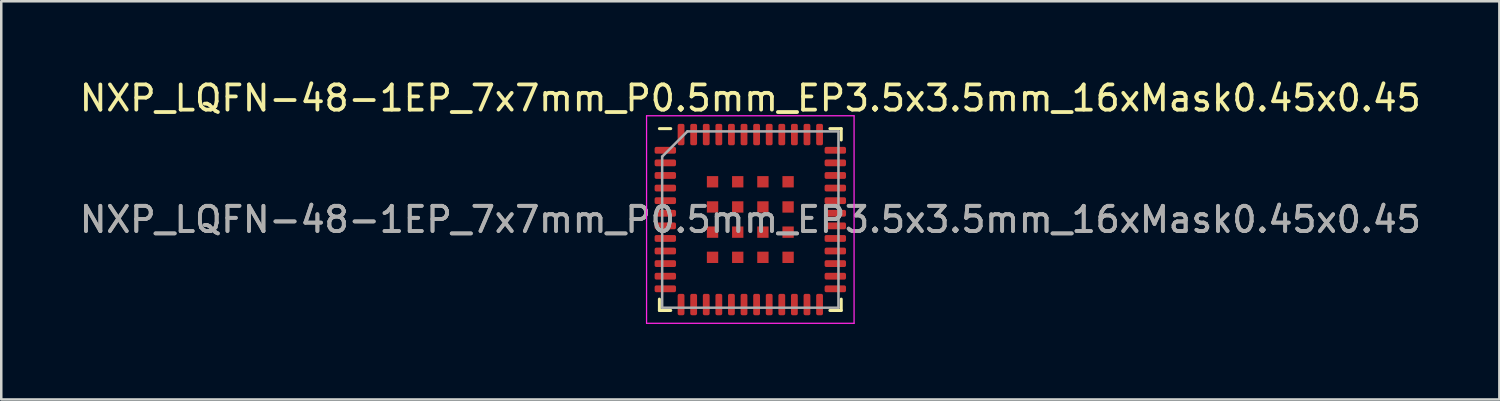
<source format=kicad_pcb>
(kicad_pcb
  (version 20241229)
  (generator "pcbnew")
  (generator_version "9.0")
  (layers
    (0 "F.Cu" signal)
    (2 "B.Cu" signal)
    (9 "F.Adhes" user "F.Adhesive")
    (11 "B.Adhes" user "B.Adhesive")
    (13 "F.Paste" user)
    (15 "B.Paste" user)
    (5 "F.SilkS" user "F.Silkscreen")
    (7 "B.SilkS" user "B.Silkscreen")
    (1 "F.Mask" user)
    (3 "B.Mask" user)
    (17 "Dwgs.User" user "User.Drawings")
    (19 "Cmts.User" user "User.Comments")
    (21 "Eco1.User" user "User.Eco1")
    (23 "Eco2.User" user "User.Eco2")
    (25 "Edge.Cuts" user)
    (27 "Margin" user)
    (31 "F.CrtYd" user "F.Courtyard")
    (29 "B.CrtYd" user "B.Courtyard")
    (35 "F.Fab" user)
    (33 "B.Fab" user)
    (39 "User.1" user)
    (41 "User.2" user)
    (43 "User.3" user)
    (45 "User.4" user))
  (footprint "NXP_LQFN-48-1EP_7x7mm_P0.5mm_EP3.5x3.5mm_16xMask0.45x0.45"
    (layer "F.Cu")
    (at 26.744 5.668)
    (property "Reference" "NXP_LQFN-48-1EP_7x7mm_P0.5mm_EP3.5x3.5mm_16xMask0.45x0.45" (at 0 -4.82 0) (layer "F.SilkS") (effects (font (size 1 1) (thickness 0.15))))
    (attr smd)
    (fp_line (start -3.61 3.61) (end -3.61 3.16) (stroke (width 0.12) (type solid)) (layer "F.SilkS"))
    (fp_line (start -3.16 -3.61) (end -3.61 -3.61) (stroke (width 0.12) (type solid)) (layer "F.SilkS"))
    (fp_line (start -3.16 3.61) (end -3.61 3.61) (stroke (width 0.12) (type solid)) (layer "F.SilkS"))
    (fp_line (start 3.16 -3.61) (end 3.61 -3.61) (stroke (width 0.12) (type solid)) (layer "F.SilkS"))
    (fp_line (start 3.16 3.61) (end 3.61 3.61) (stroke (width 0.12) (type solid)) (layer "F.SilkS"))
    (fp_line (start 3.61 -3.61) (end 3.61 -3.16) (stroke (width 0.12) (type solid)) (layer "F.SilkS"))
    (fp_line (start 3.61 3.61) (end 3.61 3.16) (stroke (width 0.12) (type solid)) (layer "F.SilkS"))
    (fp_line (start -4.12 -4.12) (end -4.12 4.12) (stroke (width 0.05) (type solid)) (layer "F.CrtYd"))
    (fp_line (start -4.12 4.12) (end 4.12 4.12) (stroke (width 0.05) (type solid)) (layer "F.CrtYd"))
    (fp_line (start 4.12 -4.12) (end -4.12 -4.12) (stroke (width 0.05) (type solid)) (layer "F.CrtYd"))
    (fp_line (start 4.12 4.12) (end 4.12 -4.12) (stroke (width 0.05) (type solid)) (layer "F.CrtYd"))
    (fp_line (start -3.5 -2.5) (end -2.5 -3.5) (stroke (width 0.1) (type solid)) (layer "F.Fab"))
    (fp_line (start -3.5 3.5) (end -3.5 -2.5) (stroke (width 0.1) (type solid)) (layer "F.Fab"))
    (fp_line (start -2.5 -3.5) (end 3.5 -3.5) (stroke (width 0.1) (type solid)) (layer "F.Fab"))
    (fp_line (start 3.5 -3.5) (end 3.5 3.5) (stroke (width 0.1) (type solid)) (layer "F.Fab"))
    (fp_line (start 3.5 3.5) (end -3.5 3.5) (stroke (width 0.1) (type solid)) (layer "F.Fab"))
    (fp_text user "${REFERENCE}" (at 0 0 0) (layer "F.Fab") (effects (font (size 1 1) (thickness 0.15))))
    (fp_text user "${REFERENCE}" (at 0 0 0) (layer "F.Fab") (effects (font (size 1 1) (thickness 0.15))))
    (pad "1" smd roundrect (at -3.375 -2.75) (size 0.85 0.27) (layers "F.Cu" "F.Mask" "F.Paste") (roundrect_rratio 0.25))
    (pad "2" smd roundrect (at -3.375 -2.25) (size 0.85 0.27) (layers "F.Cu" "F.Mask" "F.Paste") (roundrect_rratio 0.25))
    (pad "3" smd roundrect (at -3.375 -1.75) (size 0.85 0.27) (layers "F.Cu" "F.Mask" "F.Paste") (roundrect_rratio 0.25))
    (pad "4" smd roundrect (at -3.375 -1.25) (size 0.85 0.27) (layers "F.Cu" "F.Mask" "F.Paste") (roundrect_rratio 0.25))
    (pad "5" smd roundrect (at -3.375 -0.75) (size 0.85 0.27) (layers "F.Cu" "F.Mask" "F.Paste") (roundrect_rratio 0.25))
    (pad "6" smd roundrect (at -3.375 -0.25) (size 0.85 0.27) (layers "F.Cu" "F.Mask" "F.Paste") (roundrect_rratio 0.25))
    (pad "7" smd roundrect (at -3.375 0.25) (size 0.85 0.27) (layers "F.Cu" "F.Mask" "F.Paste") (roundrect_rratio 0.25))
    (pad "8" smd roundrect (at -3.375 0.75) (size 0.85 0.27) (layers "F.Cu" "F.Mask" "F.Paste") (roundrect_rratio 0.25))
    (pad "9" smd roundrect (at -3.375 1.25) (size 0.85 0.27) (layers "F.Cu" "F.Mask" "F.Paste") (roundrect_rratio 0.25))
    (pad "10" smd roundrect (at -3.375 1.75) (size 0.85 0.27) (layers "F.Cu" "F.Mask" "F.Paste") (roundrect_rratio 0.25))
    (pad "11" smd roundrect (at -3.375 2.25) (size 0.85 0.27) (layers "F.Cu" "F.Mask" "F.Paste") (roundrect_rratio 0.25))
    (pad "12" smd roundrect (at -3.375 2.75) (size 0.85 0.27) (layers "F.Cu" "F.Mask" "F.Paste") (roundrect_rratio 0.25))
    (pad "13" smd roundrect (at -2.75 3.375) (size 0.27 0.85) (layers "F.Cu" "F.Mask" "F.Paste") (roundrect_rratio 0.25))
    (pad "14" smd roundrect (at -2.25 3.375) (size 0.27 0.85) (layers "F.Cu" "F.Mask" "F.Paste") (roundrect_rratio 0.25))
    (pad "15" smd roundrect (at -1.75 3.375) (size 0.27 0.85) (layers "F.Cu" "F.Mask" "F.Paste") (roundrect_rratio 0.25))
    (pad "16" smd roundrect (at -1.25 3.375) (size 0.27 0.85) (layers "F.Cu" "F.Mask" "F.Paste") (roundrect_rratio 0.25))
    (pad "17" smd roundrect (at -0.75 3.375) (size 0.27 0.85) (layers "F.Cu" "F.Mask" "F.Paste") (roundrect_rratio 0.25))
    (pad "18" smd roundrect (at -0.25 3.375) (size 0.27 0.85) (layers "F.Cu" "F.Mask" "F.Paste") (roundrect_rratio 0.25))
    (pad "19" smd roundrect (at 0.25 3.375) (size 0.27 0.85) (layers "F.Cu" "F.Mask" "F.Paste") (roundrect_rratio 0.25))
    (pad "20" smd roundrect (at 0.75 3.375) (size 0.27 0.85) (layers "F.Cu" "F.Mask" "F.Paste") (roundrect_rratio 0.25))
    (pad "21" smd roundrect (at 1.25 3.375) (size 0.27 0.85) (layers "F.Cu" "F.Mask" "F.Paste") (roundrect_rratio 0.25))
    (pad "22" smd roundrect (at 1.75 3.375) (size 0.27 0.85) (layers "F.Cu" "F.Mask" "F.Paste") (roundrect_rratio 0.25))
    (pad "23" smd roundrect (at 2.25 3.375) (size 0.27 0.85) (layers "F.Cu" "F.Mask" "F.Paste") (roundrect_rratio 0.25))
    (pad "24" smd roundrect (at 2.75 3.375) (size 0.27 0.85) (layers "F.Cu" "F.Mask" "F.Paste") (roundrect_rratio 0.25))
    (pad "25" smd roundrect (at 3.375 2.75) (size 0.85 0.27) (layers "F.Cu" "F.Mask" "F.Paste") (roundrect_rratio 0.25))
    (pad "26" smd roundrect (at 3.375 2.25) (size 0.85 0.27) (layers "F.Cu" "F.Mask" "F.Paste") (roundrect_rratio 0.25))
    (pad "27" smd roundrect (at 3.375 1.75) (size 0.85 0.27) (layers "F.Cu" "F.Mask" "F.Paste") (roundrect_rratio 0.25))
    (pad "28" smd roundrect (at 3.375 1.25) (size 0.85 0.27) (layers "F.Cu" "F.Mask" "F.Paste") (roundrect_rratio 0.25))
    (pad "29" smd roundrect (at 3.375 0.75) (size 0.85 0.27) (layers "F.Cu" "F.Mask" "F.Paste") (roundrect_rratio 0.25))
    (pad "30" smd roundrect (at 3.375 0.25) (size 0.85 0.27) (layers "F.Cu" "F.Mask" "F.Paste") (roundrect_rratio 0.25))
    (pad "31" smd roundrect (at 3.375 -0.25) (size 0.85 0.27) (layers "F.Cu" "F.Mask" "F.Paste") (roundrect_rratio 0.25))
    (pad "32" smd roundrect (at 3.375 -0.75) (size 0.85 0.27) (layers "F.Cu" "F.Mask" "F.Paste") (roundrect_rratio 0.25))
    (pad "33" smd roundrect (at 3.375 -1.25) (size 0.85 0.27) (layers "F.Cu" "F.Mask" "F.Paste") (roundrect_rratio 0.25))
    (pad "34" smd roundrect (at 3.375 -1.75) (size 0.85 0.27) (layers "F.Cu" "F.Mask" "F.Paste") (roundrect_rratio 0.25))
    (pad "35" smd roundrect (at 3.375 -2.25) (size 0.85 0.27) (layers "F.Cu" "F.Mask" "F.Paste") (roundrect_rratio 0.25))
    (pad "36" smd roundrect (at 3.375 -2.75) (size 0.85 0.27) (layers "F.Cu" "F.Mask" "F.Paste") (roundrect_rratio 0.25))
    (pad "37" smd roundrect (at 2.75 -3.375) (size 0.27 0.85) (layers "F.Cu" "F.Mask" "F.Paste") (roundrect_rratio 0.25))
    (pad "38" smd roundrect (at 2.25 -3.375) (size 0.27 0.85) (layers "F.Cu" "F.Mask" "F.Paste") (roundrect_rratio 0.25))
    (pad "39" smd roundrect (at 1.75 -3.375) (size 0.27 0.85) (layers "F.Cu" "F.Mask" "F.Paste") (roundrect_rratio 0.25))
    (pad "40" smd roundrect (at 1.25 -3.375) (size 0.27 0.85) (layers "F.Cu" "F.Mask" "F.Paste") (roundrect_rratio 0.25))
    (pad "41" smd roundrect (at 0.75 -3.375) (size 0.27 0.85) (layers "F.Cu" "F.Mask" "F.Paste") (roundrect_rratio 0.25))
    (pad "42" smd roundrect (at 0.25 -3.375) (size 0.27 0.85) (layers "F.Cu" "F.Mask" "F.Paste") (roundrect_rratio 0.25))
    (pad "43" smd roundrect (at -0.25 -3.375) (size 0.27 0.85) (layers "F.Cu" "F.Mask" "F.Paste") (roundrect_rratio 0.25))
    (pad "44" smd roundrect (at -0.75 -3.375) (size 0.27 0.85) (layers "F.Cu" "F.Mask" "F.Paste") (roundrect_rratio 0.25))
    (pad "45" smd roundrect (at -1.25 -3.375) (size 0.27 0.85) (layers "F.Cu" "F.Mask" "F.Paste") (roundrect_rratio 0.25))
    (pad "46" smd roundrect (at -1.75 -3.375) (size 0.27 0.85) (layers "F.Cu" "F.Mask" "F.Paste") (roundrect_rratio 0.25))
    (pad "47" smd roundrect (at -2.25 -3.375) (size 0.27 0.85) (layers "F.Cu" "F.Mask" "F.Paste") (roundrect_rratio 0.25))
    (pad "48" smd roundrect (at -2.75 -3.375) (size 0.27 0.85) (layers "F.Cu" "F.Mask" "F.Paste") (roundrect_rratio 0.25))
    (pad "49" smd rect (at -1.5 -1.5) (size 0.45 0.45) (layers "F.Cu" "F.Mask" "F.Paste"))
    (pad "49" smd rect (at -1.5 -0.5) (size 0.45 0.45) (layers "F.Cu" "F.Mask" "F.Paste"))
    (pad "49" smd rect (at -1.5 0.5) (size 0.45 0.45) (layers "F.Cu" "F.Mask" "F.Paste"))
    (pad "49" smd rect (at -1.5 1.5) (size 0.45 0.45) (layers "F.Cu" "F.Mask" "F.Paste"))
    (pad "49" smd rect (at -0.5 -1.5) (size 0.45 0.45) (layers "F.Cu" "F.Mask" "F.Paste"))
    (pad "49" smd rect (at -0.5 -0.5) (size 0.45 0.45) (layers "F.Cu" "F.Mask" "F.Paste"))
    (pad "49" smd rect (at -0.5 0.5) (size 0.45 0.45) (layers "F.Cu" "F.Mask" "F.Paste"))
    (pad "49" smd rect (at -0.5 1.5) (size 0.45 0.45) (layers "F.Cu" "F.Mask" "F.Paste"))
    (pad "49" smd rect (at 0.5 -1.5) (size 0.45 0.45) (layers "F.Cu" "F.Mask" "F.Paste"))
    (pad "49" smd rect (at 0.5 -0.5) (size 0.45 0.45) (layers "F.Cu" "F.Mask" "F.Paste"))
    (pad "49" smd rect (at 0.5 0.5) (size 0.45 0.45) (layers "F.Cu" "F.Mask" "F.Paste"))
    (pad "49" smd rect (at 0.5 1.5) (size 0.45 0.45) (layers "F.Cu" "F.Mask" "F.Paste"))
    (pad "49" smd rect (at 1.5 -1.5) (size 0.45 0.45) (layers "F.Cu" "F.Mask" "F.Paste"))
    (pad "49" smd rect (at 1.5 -0.5) (size 0.45 0.45) (layers "F.Cu" "F.Mask" "F.Paste"))
    (pad "49" smd rect (at 1.5 0.5) (size 0.45 0.45) (layers "F.Cu" "F.Mask" "F.Paste"))
    (pad "49" smd rect (at 1.5 1.5) (size 0.45 0.45) (layers "F.Cu" "F.Mask" "F.Paste")))
  (gr_rect
    (start -3 -3)
    (end 56.488 12.813)
    (stroke (width 0.1) (type default))
    (fill no)
    (layer "Edge.Cuts")))
</source>
